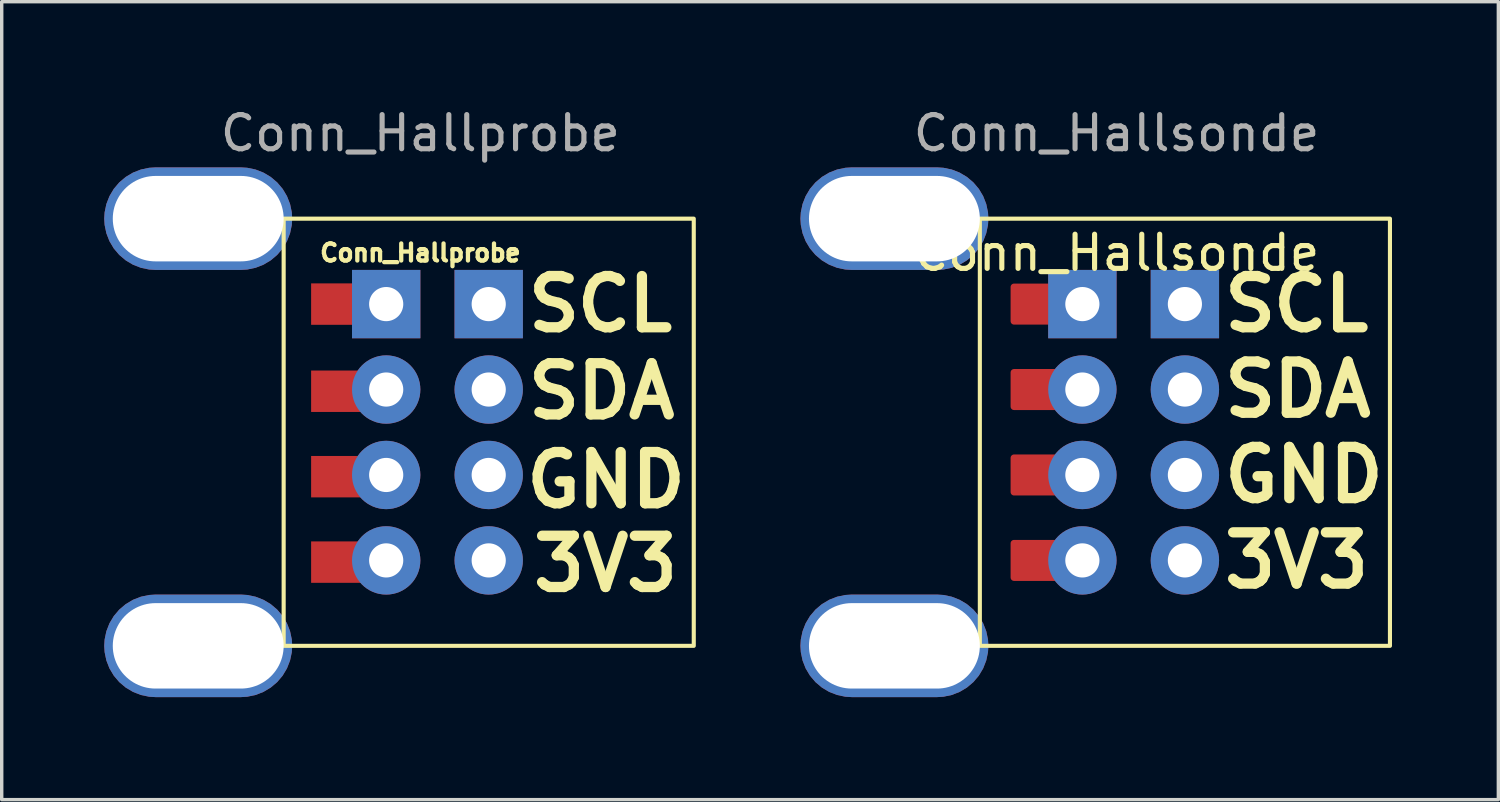
<source format=kicad_pcb>
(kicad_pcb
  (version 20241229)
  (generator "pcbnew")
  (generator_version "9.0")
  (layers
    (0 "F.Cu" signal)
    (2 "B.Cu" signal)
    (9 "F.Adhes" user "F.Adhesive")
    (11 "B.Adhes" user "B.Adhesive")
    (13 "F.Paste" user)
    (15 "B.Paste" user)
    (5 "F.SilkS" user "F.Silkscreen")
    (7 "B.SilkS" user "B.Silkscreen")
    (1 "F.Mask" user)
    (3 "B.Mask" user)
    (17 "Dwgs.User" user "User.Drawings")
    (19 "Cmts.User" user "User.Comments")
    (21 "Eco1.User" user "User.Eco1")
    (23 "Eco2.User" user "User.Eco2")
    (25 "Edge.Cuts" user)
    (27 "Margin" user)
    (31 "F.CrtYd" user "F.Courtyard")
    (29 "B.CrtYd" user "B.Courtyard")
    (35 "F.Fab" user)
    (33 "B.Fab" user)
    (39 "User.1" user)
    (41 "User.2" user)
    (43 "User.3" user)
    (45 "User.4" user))
  (footprint "Conn_Hallprobe"
    (layer "F.Cu")
    (at 11.25 5.848)
    (property "Reference" "Conn_Hallprobe" (at -2 -1.5 0) (unlocked yes) (layer "F.SilkS") (effects (font (size 0.5 0.5) (thickness 0.15))))
    (attr smd)
    (fp_rect (start -5.146 -0.55) (end -3.997 0.55) (stroke (width 0.12) (type solid)) (fill yes) (layer "F.Mask"))
    (fp_rect (start -5.146 2) (end -3.997 3.1) (stroke (width 0.12) (type solid)) (fill yes) (layer "F.Mask"))
    (fp_rect (start -5.146 4.5) (end -3.997 5.6) (stroke (width 0.12) (type solid)) (fill yes) (layer "F.Mask"))
    (fp_rect (start -5.146 7) (end -3.997 8.1) (stroke (width 0.12) (type solid)) (fill yes) (layer "F.Mask"))
    (fp_rect (start -6 -2.5) (end 6 10) (stroke (width 0.12) (type solid)) (fill no) (layer "F.SilkS"))
    (fp_text user "GND" (at 0.95 5.15 0) (unlocked yes) (layer "F.SilkS") (effects (font (size 1.5 1.5) (thickness 0.3)) (justify left)))
    (fp_text user "3V3" (at 1.15 7.6 0) (unlocked yes) (layer "F.SilkS") (effects (font (size 1.5 1.5) (thickness 0.3)) (justify left)))
    (fp_text user "SDA" (at 1 2.55 0) (unlocked yes) (layer "F.SilkS") (effects (font (size 1.5 1.5) (thickness 0.3)) (justify left)))
    (fp_text user "SCL" (at 1 0 0) (unlocked yes) (layer "F.SilkS") (effects (font (size 1.5 1.5) (thickness 0.3)) (justify left)))
    (fp_text user "${REFERENCE}" (at -2 -5 0) (unlocked yes) (layer "F.Fab") (effects (font (size 1 1) (thickness 0.15))))
    (pad "" np_thru_hole roundrect (at -8.5 -2.5) (size 5.5 3) (drill oval 5 2.5) (layers "*.Cu" "*.Mask") (roundrect_rratio 0.5))
    (pad "" np_thru_hole roundrect (at -8.5 10) (size 5.5 3) (drill oval 5 2.5) (layers "*.Cu" "*.Mask") (roundrect_rratio 0.5))
    (pad "1" smd rect (at -4.35 0) (size 1.693 1.212) (layers "F.Cu" "F.Mask" "F.Paste"))
    (pad "1" thru_hole rect (at -3 0) (size 2 2) (drill 1) (layers "*.Cu" "*.Mask"))
    (pad "1" thru_hole rect (at 0 0) (size 2 2) (drill 1) (layers "*.Cu" "*.Mask"))
    (pad "2" smd rect (at -4.35 2.55) (size 1.693 1.212) (layers "F.Cu" "F.Mask" "F.Paste"))
    (pad "2" thru_hole circle (at -3 2.5) (size 2 2) (drill 1) (layers "*.Cu" "*.Mask"))
    (pad "2" thru_hole circle (at 0 2.5) (size 2 2) (drill 1) (layers "*.Cu" "*.Mask"))
    (pad "3" smd rect (at -4.35 5.05) (size 1.693 1.212) (layers "F.Cu" "F.Mask" "F.Paste"))
    (pad "3" thru_hole circle (at -3 5) (size 2 2) (drill 1) (layers "*.Cu" "*.Mask"))
    (pad "3" thru_hole circle (at 0 5) (size 2 2) (drill 1) (layers "*.Cu" "*.Mask"))
    (pad "4" smd rect (at -4.35 7.55) (size 1.693 1.212) (layers "F.Cu" "F.Mask" "F.Paste"))
    (pad "4" thru_hole circle (at -3 7.5) (size 2 2) (drill 1) (layers "*.Cu" "*.Mask"))
    (pad "4" thru_hole circle (at 0 7.5) (size 2 2) (drill 1) (layers "*.Cu" "*.Mask")))
  (footprint "Conn_Hallsonde"
    (layer "F.Cu")
    (at 31.621 5.848)
    (property "Reference" "Conn_Hallsonde" (at -2 -1.5 0) (unlocked yes) (layer "F.SilkS") (effects (font (size 1 1) (thickness 0.15))))
    (attr smd)
    (fp_rect (start -5 -0.5) (end -3.5 0.5) (stroke (width 0.2) (type solid)) (fill yes) (layer "F.Cu"))
    (fp_rect (start -5 2) (end -3.5 3) (stroke (width 0.2) (type solid)) (fill yes) (layer "F.Cu"))
    (fp_rect (start -5 4.5) (end -3.5 5.5) (stroke (width 0.2) (type solid)) (fill yes) (layer "F.Cu"))
    (fp_rect (start -5 7) (end -3.5 8) (stroke (width 0.2) (type solid)) (fill yes) (layer "F.Cu"))
    (fp_rect (start -5 -0.5) (end -4 0.5) (stroke (width 0.12) (type solid)) (fill yes) (layer "F.Mask"))
    (fp_rect (start -5 2) (end -4 3) (stroke (width 0.12) (type solid)) (fill yes) (layer "F.Mask"))
    (fp_rect (start -5 4.5) (end -4 5.5) (stroke (width 0.12) (type solid)) (fill yes) (layer "F.Mask"))
    (fp_rect (start -5 7) (end -4 8) (stroke (width 0.12) (type solid)) (fill yes) (layer "F.Mask"))
    (fp_rect (start -6 -2.5) (end 6 10) (stroke (width 0.12) (type solid)) (fill no) (layer "F.SilkS"))
    (fp_text user "SCL" (at 1 0 0) (unlocked yes) (layer "F.SilkS") (effects (font (size 1.5 1.5) (thickness 0.3)) (justify left)))
    (fp_text user "GND" (at 1 5 0) (unlocked yes) (layer "F.SilkS") (effects (font (size 1.5 1.5) (thickness 0.3)) (justify left)))
    (fp_text user "SDA" (at 1 2.5 0) (unlocked yes) (layer "F.SilkS") (effects (font (size 1.5 1.5) (thickness 0.3)) (justify left)))
    (fp_text user "3V3" (at 1 7.5 0) (unlocked yes) (layer "F.SilkS") (effects (font (size 1.5 1.5) (thickness 0.3)) (justify left)))
    (fp_text user "${REFERENCE}" (at -2 -5 0) (unlocked yes) (layer "F.Fab") (effects (font (size 1 1) (thickness 0.15))))
    (pad "" np_thru_hole roundrect (at -8.5 -2.5) (size 5.5 3) (drill oval 5 2.5) (layers "*.Cu" "*.Mask") (roundrect_rratio 0.5))
    (pad "" np_thru_hole roundrect (at -8.5 10) (size 5.5 3) (drill oval 5 2.5) (layers "*.Cu" "*.Mask") (roundrect_rratio 0.5))
    (pad "1" thru_hole rect (at -3 0) (size 2 2) (drill 1) (layers "*.Cu" "*.Mask"))
    (pad "1" thru_hole rect (at 0 0) (size 2 2) (drill 1) (layers "*.Cu" "*.Mask"))
    (pad "2" thru_hole circle (at -3 2.5) (size 2 2) (drill 1) (layers "*.Cu" "*.Mask"))
    (pad "2" thru_hole circle (at 0 2.5) (size 2 2) (drill 1) (layers "*.Cu" "*.Mask"))
    (pad "3" thru_hole circle (at -3 5) (size 2 2) (drill 1) (layers "*.Cu" "*.Mask"))
    (pad "3" thru_hole circle (at 0 5) (size 2 2) (drill 1) (layers "*.Cu" "*.Mask"))
    (pad "4" thru_hole circle (at -3 7.5) (size 2 2) (drill 1) (layers "*.Cu" "*.Mask"))
    (pad "4" thru_hole circle (at 0 7.5) (size 2 2) (drill 1) (layers "*.Cu" "*.Mask")))
  (gr_rect
    (start -3 -3)
    (end 40.793 20.348)
    (stroke (width 0.1) (type default))
    (fill no)
    (layer "Edge.Cuts")))
</source>
